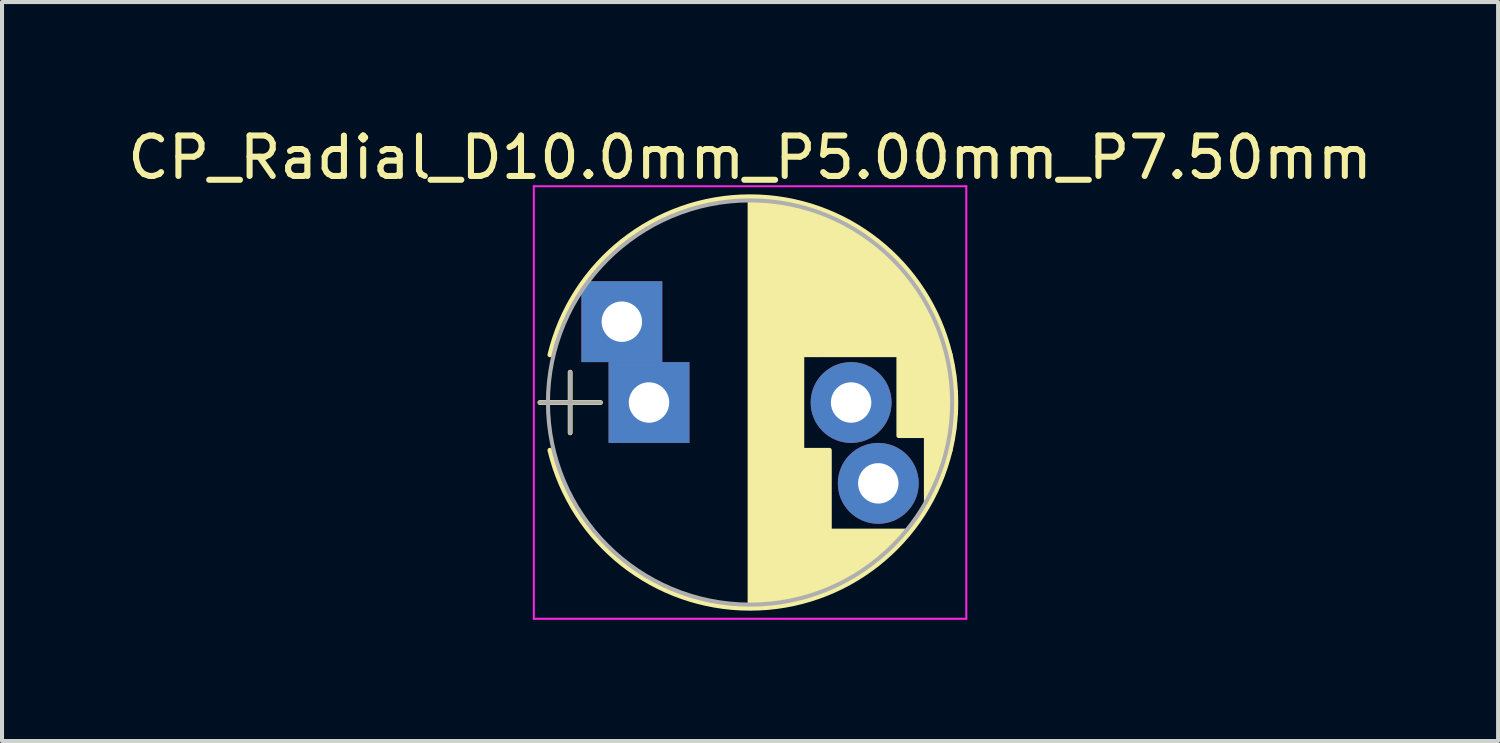
<source format=kicad_pcb>
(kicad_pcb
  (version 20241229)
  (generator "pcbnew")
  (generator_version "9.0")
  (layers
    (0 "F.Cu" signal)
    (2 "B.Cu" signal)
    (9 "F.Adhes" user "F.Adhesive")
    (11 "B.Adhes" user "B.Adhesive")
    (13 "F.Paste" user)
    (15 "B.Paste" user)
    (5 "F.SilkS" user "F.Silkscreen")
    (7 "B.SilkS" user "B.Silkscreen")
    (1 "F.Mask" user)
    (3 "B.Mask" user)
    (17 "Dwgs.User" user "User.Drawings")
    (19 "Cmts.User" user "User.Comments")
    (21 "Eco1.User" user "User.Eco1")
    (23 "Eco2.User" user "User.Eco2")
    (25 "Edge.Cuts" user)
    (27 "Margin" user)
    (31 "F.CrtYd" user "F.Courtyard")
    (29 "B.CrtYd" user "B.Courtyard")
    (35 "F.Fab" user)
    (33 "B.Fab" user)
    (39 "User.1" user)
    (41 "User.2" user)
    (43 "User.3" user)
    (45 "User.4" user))
  (footprint "CP_Radial_D10.0mm_P5.00mm_P7.50mm"
    (layer "F.Cu")
    (at 13.006 6.908)
    (property "Reference" "CP_Radial_D10.0mm_P5.00mm_P7.50mm" (at 2.5 -6.06 0) (layer "F.SilkS") (effects (font (size 1 1) (thickness 0.15))))
    (attr through_hole)
    (fp_line (start -2.7 0) (end -1.2 0) (stroke (width 0.12) (type solid)) (layer "F.SilkS"))
    (fp_line (start -1.95 -0.75) (end -1.95 0.75) (stroke (width 0.12) (type solid)) (layer "F.SilkS"))
    (fp_line (start 2.5 -5.05) (end 2.5 5.05) (stroke (width 0.12) (type solid)) (layer "F.SilkS"))
    (fp_line (start 2.54 -5.05) (end 2.54 5.05) (stroke (width 0.12) (type solid)) (layer "F.SilkS"))
    (fp_line (start 2.58 -5.05) (end 2.58 5.05) (stroke (width 0.12) (type solid)) (layer "F.SilkS"))
    (fp_line (start 2.62 -5.049) (end 2.62 5.049) (stroke (width 0.12) (type solid)) (layer "F.SilkS"))
    (fp_line (start 2.66 -5.048) (end 2.66 5.048) (stroke (width 0.12) (type solid)) (layer "F.SilkS"))
    (fp_line (start 2.7 -5.047) (end 2.7 5.047) (stroke (width 0.12) (type solid)) (layer "F.SilkS"))
    (fp_line (start 2.74 -5.045) (end 2.74 5.045) (stroke (width 0.12) (type solid)) (layer "F.SilkS"))
    (fp_line (start 2.78 -5.043) (end 2.78 5.043) (stroke (width 0.12) (type solid)) (layer "F.SilkS"))
    (fp_line (start 2.82 -5.04) (end 2.82 5.04) (stroke (width 0.12) (type solid)) (layer "F.SilkS"))
    (fp_line (start 2.86 -5.038) (end 2.86 5.038) (stroke (width 0.12) (type solid)) (layer "F.SilkS"))
    (fp_line (start 2.9 -5.035) (end 2.9 5.035) (stroke (width 0.12) (type solid)) (layer "F.SilkS"))
    (fp_line (start 2.94 -5.031) (end 2.94 5.031) (stroke (width 0.12) (type solid)) (layer "F.SilkS"))
    (fp_line (start 2.98 -5.028) (end 2.98 5.028) (stroke (width 0.12) (type solid)) (layer "F.SilkS"))
    (fp_line (start 3.02 -5.024) (end 3.02 5.024) (stroke (width 0.12) (type solid)) (layer "F.SilkS"))
    (fp_line (start 3.06 -5.02) (end 3.06 5.02) (stroke (width 0.12) (type solid)) (layer "F.SilkS"))
    (fp_line (start 3.1 -5.015) (end 3.1 5.015) (stroke (width 0.12) (type solid)) (layer "F.SilkS"))
    (fp_line (start 3.14 -5.01) (end 3.14 5.01) (stroke (width 0.12) (type solid)) (layer "F.SilkS"))
    (fp_line (start 3.18 -5.005) (end 3.18 5.005) (stroke (width 0.12) (type solid)) (layer "F.SilkS"))
    (fp_line (start 3.221 -4.999) (end 3.221 4.999) (stroke (width 0.12) (type solid)) (layer "F.SilkS"))
    (fp_line (start 3.261 -4.993) (end 3.261 4.993) (stroke (width 0.12) (type solid)) (layer "F.SilkS"))
    (fp_line (start 3.301 -4.987) (end 3.301 4.987) (stroke (width 0.12) (type solid)) (layer "F.SilkS"))
    (fp_line (start 3.341 -4.981) (end 3.341 4.981) (stroke (width 0.12) (type solid)) (layer "F.SilkS"))
    (fp_line (start 3.381 -4.974) (end 3.381 4.974) (stroke (width 0.12) (type solid)) (layer "F.SilkS"))
    (fp_line (start 3.421 -4.967) (end 3.421 4.967) (stroke (width 0.12) (type solid)) (layer "F.SilkS"))
    (fp_line (start 3.461 -4.959) (end 3.461 4.959) (stroke (width 0.12) (type solid)) (layer "F.SilkS"))
    (fp_line (start 3.501 -4.951) (end 3.501 4.951) (stroke (width 0.12) (type solid)) (layer "F.SilkS"))
    (fp_line (start 3.541 -4.943) (end 3.541 4.943) (stroke (width 0.12) (type solid)) (layer "F.SilkS"))
    (fp_line (start 3.581 -4.935) (end 3.581 4.935) (stroke (width 0.12) (type solid)) (layer "F.SilkS"))
    (fp_line (start 3.621 -4.926) (end 3.621 4.926) (stroke (width 0.12) (type solid)) (layer "F.SilkS"))
    (fp_line (start 3.661 -4.917) (end 3.661 4.917) (stroke (width 0.12) (type solid)) (layer "F.SilkS"))
    (fp_line (start 3.701 -4.907) (end 3.701 4.907) (stroke (width 0.12) (type solid)) (layer "F.SilkS"))
    (fp_line (start 3.741 -4.897) (end 3.741 4.897) (stroke (width 0.12) (type solid)) (layer "F.SilkS"))
    (fp_line (start 3.781 -4.887) (end 3.781 4.887) (stroke (width 0.12) (type solid)) (layer "F.SilkS"))
    (fp_line (start 3.821 -4.876) (end 3.821 -1.181) (stroke (width 0.12) (type solid)) (layer "F.SilkS"))
    (fp_line (start 3.821 1.181) (end 3.821 4.876) (stroke (width 0.12) (type solid)) (layer "F.SilkS"))
    (fp_line (start 3.861 -4.865) (end 3.861 -1.181) (stroke (width 0.12) (type solid)) (layer "F.SilkS"))
    (fp_line (start 3.861 1.181) (end 3.861 4.865) (stroke (width 0.12) (type solid)) (layer "F.SilkS"))
    (fp_line (start 3.901 -4.854) (end 3.901 -1.181) (stroke (width 0.12) (type solid)) (layer "F.SilkS"))
    (fp_line (start 3.901 1.181) (end 3.901 4.854) (stroke (width 0.12) (type solid)) (layer "F.SilkS"))
    (fp_line (start 3.941 -4.843) (end 3.941 -1.181) (stroke (width 0.12) (type solid)) (layer "F.SilkS"))
    (fp_line (start 3.941 1.181) (end 3.941 4.843) (stroke (width 0.12) (type solid)) (layer "F.SilkS"))
    (fp_line (start 3.981 -4.831) (end 3.981 -1.181) (stroke (width 0.12) (type solid)) (layer "F.SilkS"))
    (fp_line (start 3.981 1.181) (end 3.981 4.831) (stroke (width 0.12) (type solid)) (layer "F.SilkS"))
    (fp_line (start 4.021 -4.818) (end 4.021 -1.181) (stroke (width 0.12) (type solid)) (layer "F.SilkS"))
    (fp_line (start 4.021 1.181) (end 4.021 4.818) (stroke (width 0.12) (type solid)) (layer "F.SilkS"))
    (fp_line (start 4.061 -4.806) (end 4.061 -1.181) (stroke (width 0.12) (type solid)) (layer "F.SilkS"))
    (fp_line (start 4.061 1.181) (end 4.061 4.806) (stroke (width 0.12) (type solid)) (layer "F.SilkS"))
    (fp_line (start 4.101 -4.792) (end 4.101 -1.181) (stroke (width 0.12) (type solid)) (layer "F.SilkS"))
    (fp_line (start 4.101 1.181) (end 4.101 4.792) (stroke (width 0.12) (type solid)) (layer "F.SilkS"))
    (fp_line (start 4.141 -4.779) (end 4.141 -1.181) (stroke (width 0.12) (type solid)) (layer "F.SilkS"))
    (fp_line (start 4.141 1.181) (end 4.141 4.779) (stroke (width 0.12) (type solid)) (layer "F.SilkS"))
    (fp_line (start 4.181 -4.765) (end 4.181 -1.181) (stroke (width 0.12) (type solid)) (layer "F.SilkS"))
    (fp_line (start 4.181 1.181) (end 4.181 4.765) (stroke (width 0.12) (type solid)) (layer "F.SilkS"))
    (fp_line (start 4.221 -4.751) (end 4.221 -1.181) (stroke (width 0.12) (type solid)) (layer "F.SilkS"))
    (fp_line (start 4.221 1.181) (end 4.221 4.751) (stroke (width 0.12) (type solid)) (layer "F.SilkS"))
    (fp_line (start 4.261 -4.737) (end 4.261 -1.181) (stroke (width 0.12) (type solid)) (layer "F.SilkS"))
    (fp_line (start 4.261 1.181) (end 4.261 4.737) (stroke (width 0.12) (type solid)) (layer "F.SilkS"))
    (fp_line (start 4.301 -4.722) (end 4.301 -1.181) (stroke (width 0.12) (type solid)) (layer "F.SilkS"))
    (fp_line (start 4.301 1.181) (end 4.301 4.722) (stroke (width 0.12) (type solid)) (layer "F.SilkS"))
    (fp_line (start 4.341 -4.706) (end 4.341 -1.181) (stroke (width 0.12) (type solid)) (layer "F.SilkS"))
    (fp_line (start 4.341 1.181) (end 4.341 4.706) (stroke (width 0.12) (type solid)) (layer "F.SilkS"))
    (fp_line (start 4.381 -4.691) (end 4.381 -1.181) (stroke (width 0.12) (type solid)) (layer "F.SilkS"))
    (fp_line (start 4.381 1.181) (end 4.381 4.691) (stroke (width 0.12) (type solid)) (layer "F.SilkS"))
    (fp_line (start 4.421 -4.674) (end 4.421 -1.181) (stroke (width 0.12) (type solid)) (layer "F.SilkS"))
    (fp_line (start 4.421 1.181) (end 4.421 4.674) (stroke (width 0.12) (type solid)) (layer "F.SilkS"))
    (fp_line (start 4.461 -4.658) (end 4.461 -1.181) (stroke (width 0.12) (type solid)) (layer "F.SilkS"))
    (fp_line (start 4.461 1.181) (end 4.461 4.658) (stroke (width 0.12) (type solid)) (layer "F.SilkS"))
    (fp_line (start 4.501 -4.641) (end 4.501 -1.181) (stroke (width 0.12) (type solid)) (layer "F.SilkS"))
    (fp_line (start 4.501 3.18) (end 4.501 4.641) (stroke (width 0.12) (type solid)) (layer "F.SilkS"))
    (fp_line (start 4.541 -4.624) (end 4.541 -1.181) (stroke (width 0.12) (type solid)) (layer "F.SilkS"))
    (fp_line (start 4.541 3.18) (end 4.541 4.624) (stroke (width 0.12) (type solid)) (layer "F.SilkS"))
    (fp_line (start 4.581 -4.606) (end 4.581 -1.181) (stroke (width 0.12) (type solid)) (layer "F.SilkS"))
    (fp_line (start 4.581 3.18) (end 4.581 4.606) (stroke (width 0.12) (type solid)) (layer "F.SilkS"))
    (fp_line (start 4.621 -4.588) (end 4.621 -1.181) (stroke (width 0.12) (type solid)) (layer "F.SilkS"))
    (fp_line (start 4.621 3.18) (end 4.621 4.588) (stroke (width 0.12) (type solid)) (layer "F.SilkS"))
    (fp_line (start 4.661 -4.569) (end 4.661 -1.181) (stroke (width 0.12) (type solid)) (layer "F.SilkS"))
    (fp_line (start 4.661 3.18) (end 4.661 4.569) (stroke (width 0.12) (type solid)) (layer "F.SilkS"))
    (fp_line (start 4.701 -4.55) (end 4.701 -1.181) (stroke (width 0.12) (type solid)) (layer "F.SilkS"))
    (fp_line (start 4.701 3.18) (end 4.701 4.55) (stroke (width 0.12) (type solid)) (layer "F.SilkS"))
    (fp_line (start 4.741 -4.531) (end 4.741 -1.181) (stroke (width 0.12) (type solid)) (layer "F.SilkS"))
    (fp_line (start 4.741 3.18) (end 4.741 4.531) (stroke (width 0.12) (type solid)) (layer "F.SilkS"))
    (fp_line (start 4.781 -4.511) (end 4.781 -1.181) (stroke (width 0.12) (type solid)) (layer "F.SilkS"))
    (fp_line (start 4.781 3.18) (end 4.781 4.511) (stroke (width 0.12) (type solid)) (layer "F.SilkS"))
    (fp_line (start 4.821 -4.491) (end 4.821 -1.181) (stroke (width 0.12) (type solid)) (layer "F.SilkS"))
    (fp_line (start 4.821 3.18) (end 4.821 4.491) (stroke (width 0.12) (type solid)) (layer "F.SilkS"))
    (fp_line (start 4.861 -4.47) (end 4.861 -1.181) (stroke (width 0.12) (type solid)) (layer "F.SilkS"))
    (fp_line (start 4.861 3.18) (end 4.861 4.47) (stroke (width 0.12) (type solid)) (layer "F.SilkS"))
    (fp_line (start 4.901 -4.449) (end 4.901 -1.181) (stroke (width 0.12) (type solid)) (layer "F.SilkS"))
    (fp_line (start 4.901 3.18) (end 4.901 4.449) (stroke (width 0.12) (type solid)) (layer "F.SilkS"))
    (fp_line (start 4.941 -4.428) (end 4.941 -1.181) (stroke (width 0.12) (type solid)) (layer "F.SilkS"))
    (fp_line (start 4.941 3.18) (end 4.941 4.428) (stroke (width 0.12) (type solid)) (layer "F.SilkS"))
    (fp_line (start 4.981 -4.405) (end 4.981 -1.181) (stroke (width 0.12) (type solid)) (layer "F.SilkS"))
    (fp_line (start 4.981 3.18) (end 4.981 4.405) (stroke (width 0.12) (type solid)) (layer "F.SilkS"))
    (fp_line (start 5.021 -4.383) (end 5.021 -1.181) (stroke (width 0.12) (type solid)) (layer "F.SilkS"))
    (fp_line (start 5.021 3.18) (end 5.021 4.383) (stroke (width 0.12) (type solid)) (layer "F.SilkS"))
    (fp_line (start 5.061 -4.36) (end 5.061 -1.181) (stroke (width 0.12) (type solid)) (layer "F.SilkS"))
    (fp_line (start 5.061 3.18) (end 5.061 4.36) (stroke (width 0.12) (type solid)) (layer "F.SilkS"))
    (fp_line (start 5.101 -4.336) (end 5.101 -1.181) (stroke (width 0.12) (type solid)) (layer "F.SilkS"))
    (fp_line (start 5.101 3.18) (end 5.101 4.336) (stroke (width 0.12) (type solid)) (layer "F.SilkS"))
    (fp_line (start 5.141 -4.312) (end 5.141 -1.181) (stroke (width 0.12) (type solid)) (layer "F.SilkS"))
    (fp_line (start 5.141 3.18) (end 5.141 4.312) (stroke (width 0.12) (type solid)) (layer "F.SilkS"))
    (fp_line (start 5.181 -4.288) (end 5.181 -1.181) (stroke (width 0.12) (type solid)) (layer "F.SilkS"))
    (fp_line (start 5.181 3.18) (end 5.181 4.288) (stroke (width 0.12) (type solid)) (layer "F.SilkS"))
    (fp_line (start 5.221 -4.263) (end 5.221 -1.181) (stroke (width 0.12) (type solid)) (layer "F.SilkS"))
    (fp_line (start 5.221 3.18) (end 5.221 4.263) (stroke (width 0.12) (type solid)) (layer "F.SilkS"))
    (fp_line (start 5.261 -4.237) (end 5.261 -1.181) (stroke (width 0.12) (type solid)) (layer "F.SilkS"))
    (fp_line (start 5.261 3.18) (end 5.261 4.237) (stroke (width 0.12) (type solid)) (layer "F.SilkS"))
    (fp_line (start 5.301 -4.211) (end 5.301 -1.181) (stroke (width 0.12) (type solid)) (layer "F.SilkS"))
    (fp_line (start 5.301 3.18) (end 5.301 4.211) (stroke (width 0.12) (type solid)) (layer "F.SilkS"))
    (fp_line (start 5.341 -4.185) (end 5.341 -1.181) (stroke (width 0.12) (type solid)) (layer "F.SilkS"))
    (fp_line (start 5.341 3.18) (end 5.341 4.185) (stroke (width 0.12) (type solid)) (layer "F.SilkS"))
    (fp_line (start 5.381 -4.157) (end 5.381 -1.181) (stroke (width 0.12) (type solid)) (layer "F.SilkS"))
    (fp_line (start 5.381 3.18) (end 5.381 4.157) (stroke (width 0.12) (type solid)) (layer "F.SilkS"))
    (fp_line (start 5.421 -4.13) (end 5.421 -1.181) (stroke (width 0.12) (type solid)) (layer "F.SilkS"))
    (fp_line (start 5.421 3.18) (end 5.421 4.13) (stroke (width 0.12) (type solid)) (layer "F.SilkS"))
    (fp_line (start 5.461 -4.101) (end 5.461 -1.181) (stroke (width 0.12) (type solid)) (layer "F.SilkS"))
    (fp_line (start 5.461 3.18) (end 5.461 4.101) (stroke (width 0.12) (type solid)) (layer "F.SilkS"))
    (fp_line (start 5.501 -4.072) (end 5.501 -1.181) (stroke (width 0.12) (type solid)) (layer "F.SilkS"))
    (fp_line (start 5.501 3.18) (end 5.501 4.072) (stroke (width 0.12) (type solid)) (layer "F.SilkS"))
    (fp_line (start 5.541 -4.043) (end 5.541 -1.181) (stroke (width 0.12) (type solid)) (layer "F.SilkS"))
    (fp_line (start 5.541 3.18) (end 5.541 4.043) (stroke (width 0.12) (type solid)) (layer "F.SilkS"))
    (fp_line (start 5.581 -4.013) (end 5.581 -1.181) (stroke (width 0.12) (type solid)) (layer "F.SilkS"))
    (fp_line (start 5.581 3.18) (end 5.581 4.013) (stroke (width 0.12) (type solid)) (layer "F.SilkS"))
    (fp_line (start 5.621 -3.982) (end 5.621 -1.181) (stroke (width 0.12) (type solid)) (layer "F.SilkS"))
    (fp_line (start 5.621 3.18) (end 5.621 3.982) (stroke (width 0.12) (type solid)) (layer "F.SilkS"))
    (fp_line (start 5.661 -3.951) (end 5.661 -1.181) (stroke (width 0.12) (type solid)) (layer "F.SilkS"))
    (fp_line (start 5.661 3.18) (end 5.661 3.951) (stroke (width 0.12) (type solid)) (layer "F.SilkS"))
    (fp_line (start 5.701 -3.919) (end 5.701 -1.181) (stroke (width 0.12) (type solid)) (layer "F.SilkS"))
    (fp_line (start 5.701 3.18) (end 5.701 3.919) (stroke (width 0.12) (type solid)) (layer "F.SilkS"))
    (fp_line (start 5.741 -3.886) (end 5.741 -1.181) (stroke (width 0.12) (type solid)) (layer "F.SilkS"))
    (fp_line (start 5.741 3.18) (end 5.741 3.886) (stroke (width 0.12) (type solid)) (layer "F.SilkS"))
    (fp_line (start 5.781 -3.853) (end 5.781 -1.181) (stroke (width 0.12) (type solid)) (layer "F.SilkS"))
    (fp_line (start 5.781 3.18) (end 5.781 3.853) (stroke (width 0.12) (type solid)) (layer "F.SilkS"))
    (fp_line (start 5.821 -3.819) (end 5.821 -1.181) (stroke (width 0.12) (type solid)) (layer "F.SilkS"))
    (fp_line (start 5.821 3.18) (end 5.821 3.819) (stroke (width 0.12) (type solid)) (layer "F.SilkS"))
    (fp_line (start 5.861 -3.784) (end 5.861 -1.181) (stroke (width 0.12) (type solid)) (layer "F.SilkS"))
    (fp_line (start 5.861 3.18) (end 5.861 3.784) (stroke (width 0.12) (type solid)) (layer "F.SilkS"))
    (fp_line (start 5.901 -3.748) (end 5.901 -1.181) (stroke (width 0.12) (type solid)) (layer "F.SilkS"))
    (fp_line (start 5.901 3.18) (end 5.901 3.748) (stroke (width 0.12) (type solid)) (layer "F.SilkS"))
    (fp_line (start 5.941 -3.712) (end 5.941 -1.181) (stroke (width 0.12) (type solid)) (layer "F.SilkS"))
    (fp_line (start 5.941 3.18) (end 5.941 3.712) (stroke (width 0.12) (type solid)) (layer "F.SilkS"))
    (fp_line (start 5.981 -3.675) (end 5.981 -1.181) (stroke (width 0.12) (type solid)) (layer "F.SilkS"))
    (fp_line (start 5.981 3.18) (end 5.981 3.675) (stroke (width 0.12) (type solid)) (layer "F.SilkS"))
    (fp_line (start 6.021 -3.637) (end 6.021 -1.181) (stroke (width 0.12) (type solid)) (layer "F.SilkS"))
    (fp_line (start 6.021 3.18) (end 6.021 3.637) (stroke (width 0.12) (type solid)) (layer "F.SilkS"))
    (fp_line (start 6.061 -3.598) (end 6.061 -1.181) (stroke (width 0.12) (type solid)) (layer "F.SilkS"))
    (fp_line (start 6.061 3.18) (end 6.061 3.598) (stroke (width 0.12) (type solid)) (layer "F.SilkS"))
    (fp_line (start 6.101 -3.559) (end 6.101 -1.181) (stroke (width 0.12) (type solid)) (layer "F.SilkS"))
    (fp_line (start 6.101 3.18) (end 6.101 3.559) (stroke (width 0.12) (type solid)) (layer "F.SilkS"))
    (fp_line (start 6.141 -3.518) (end 6.141 -1.181) (stroke (width 0.12) (type solid)) (layer "F.SilkS"))
    (fp_line (start 6.141 3.18) (end 6.141 3.518) (stroke (width 0.12) (type solid)) (layer "F.SilkS"))
    (fp_line (start 6.181 -3.477) (end 6.181 0.82) (stroke (width 0.12) (type solid)) (layer "F.SilkS"))
    (fp_line (start 6.181 3.18) (end 6.181 3.477) (stroke (width 0.12) (type solid)) (layer "F.SilkS"))
    (fp_line (start 6.221 -3.435) (end 6.221 0.82) (stroke (width 0.12) (type solid)) (layer "F.SilkS"))
    (fp_line (start 6.221 3.18) (end 6.221 3.435) (stroke (width 0.12) (type solid)) (layer "F.SilkS"))
    (fp_line (start 6.261 -3.391) (end 6.261 0.82) (stroke (width 0.12) (type solid)) (layer "F.SilkS"))
    (fp_line (start 6.261 3.18) (end 6.261 3.391) (stroke (width 0.12) (type solid)) (layer "F.SilkS"))
    (fp_line (start 6.301 -3.347) (end 6.301 0.82) (stroke (width 0.12) (type solid)) (layer "F.SilkS"))
    (fp_line (start 6.301 3.18) (end 6.301 3.347) (stroke (width 0.12) (type solid)) (layer "F.SilkS"))
    (fp_line (start 6.341 -3.302) (end 6.341 0.82) (stroke (width 0.12) (type solid)) (layer "F.SilkS"))
    (fp_line (start 6.341 3.18) (end 6.341 3.302) (stroke (width 0.12) (type solid)) (layer "F.SilkS"))
    (fp_line (start 6.381 -3.255) (end 6.381 0.82) (stroke (width 0.12) (type solid)) (layer "F.SilkS"))
    (fp_line (start 6.381 3.18) (end 6.381 3.255) (stroke (width 0.12) (type solid)) (layer "F.SilkS"))
    (fp_line (start 6.421 -3.207) (end 6.421 0.82) (stroke (width 0.12) (type solid)) (layer "F.SilkS"))
    (fp_line (start 6.421 3.18) (end 6.421 3.207) (stroke (width 0.12) (type solid)) (layer "F.SilkS"))
    (fp_line (start 6.461 -3.158) (end 6.461 0.82) (stroke (width 0.12) (type solid)) (layer "F.SilkS"))
    (fp_line (start 6.501 -3.108) (end 6.501 0.82) (stroke (width 0.12) (type solid)) (layer "F.SilkS"))
    (fp_line (start 6.541 -3.057) (end 6.541 0.82) (stroke (width 0.12) (type solid)) (layer "F.SilkS"))
    (fp_line (start 6.581 -3.004) (end 6.581 0.82) (stroke (width 0.12) (type solid)) (layer "F.SilkS"))
    (fp_line (start 6.621 -2.949) (end 6.621 0.82) (stroke (width 0.12) (type solid)) (layer "F.SilkS"))
    (fp_line (start 6.661 -2.894) (end 6.661 0.82) (stroke (width 0.12) (type solid)) (layer "F.SilkS"))
    (fp_line (start 6.701 -2.836) (end 6.701 0.82) (stroke (width 0.12) (type solid)) (layer "F.SilkS"))
    (fp_line (start 6.741 -2.777) (end 6.741 0.82) (stroke (width 0.12) (type solid)) (layer "F.SilkS"))
    (fp_line (start 6.781 -2.715) (end 6.781 0.82) (stroke (width 0.12) (type solid)) (layer "F.SilkS"))
    (fp_line (start 6.821 -2.652) (end 6.821 0.82) (stroke (width 0.12) (type solid)) (layer "F.SilkS"))
    (fp_line (start 6.861 -2.587) (end 6.861 2.587) (stroke (width 0.12) (type solid)) (layer "F.SilkS"))
    (fp_line (start 6.901 -2.519) (end 6.901 2.519) (stroke (width 0.12) (type solid)) (layer "F.SilkS"))
    (fp_line (start 6.941 -2.449) (end 6.941 2.449) (stroke (width 0.12) (type solid)) (layer "F.SilkS"))
    (fp_line (start 6.981 -2.377) (end 6.981 2.377) (stroke (width 0.12) (type solid)) (layer "F.SilkS"))
    (fp_line (start 7.021 -2.301) (end 7.021 2.301) (stroke (width 0.12) (type solid)) (layer "F.SilkS"))
    (fp_line (start 7.061 -2.222) (end 7.061 2.222) (stroke (width 0.12) (type solid)) (layer "F.SilkS"))
    (fp_line (start 7.101 -2.14) (end 7.101 2.14) (stroke (width 0.12) (type solid)) (layer "F.SilkS"))
    (fp_line (start 7.141 -2.053) (end 7.141 2.053) (stroke (width 0.12) (type solid)) (layer "F.SilkS"))
    (fp_line (start 7.181 -1.962) (end 7.181 1.962) (stroke (width 0.12) (type solid)) (layer "F.SilkS"))
    (fp_line (start 7.221 -1.866) (end 7.221 1.866) (stroke (width 0.12) (type solid)) (layer "F.SilkS"))
    (fp_line (start 7.261 -1.763) (end 7.261 1.763) (stroke (width 0.12) (type solid)) (layer "F.SilkS"))
    (fp_line (start 7.301 -1.654) (end 7.301 1.654) (stroke (width 0.12) (type solid)) (layer "F.SilkS"))
    (fp_line (start 7.341 -1.536) (end 7.341 1.536) (stroke (width 0.12) (type solid)) (layer "F.SilkS"))
    (fp_line (start 7.381 -1.407) (end 7.381 1.407) (stroke (width 0.12) (type solid)) (layer "F.SilkS"))
    (fp_line (start 7.421 -1.265) (end 7.421 1.265) (stroke (width 0.12) (type solid)) (layer "F.SilkS"))
    (fp_line (start 7.461 -1.104) (end 7.461 1.104) (stroke (width 0.12) (type solid)) (layer "F.SilkS"))
    (fp_line (start 7.501 -0.913) (end 7.501 0.913) (stroke (width 0.12) (type solid)) (layer "F.SilkS"))
    (fp_line (start 7.541 -0.672) (end 7.541 0.672) (stroke (width 0.12) (type solid)) (layer "F.SilkS"))
    (fp_line (start 7.581 -0.279) (end 7.581 0.279) (stroke (width 0.12) (type solid)) (layer "F.SilkS"))
    (fp_arc (start -2.451333 -1.18) (mid 2.500414 -5.09) (end 7.451525 -1.179194) (stroke (width 0.12) (type solid)) (layer "F.SilkS"))
    (fp_arc (start 7.451333 -1.18) (mid 7.59 -0.000414) (end 7.451525 1.179194) (stroke (width 0.12) (type solid)) (layer "F.SilkS"))
    (fp_arc (start 7.451525 1.179194) (mid 2.500414 5.09) (end -2.451333 1.18) (stroke (width 0.12) (type solid)) (layer "F.SilkS"))
    (fp_line (start -2.85 -5.35) (end -2.85 5.35) (stroke (width 0.05) (type solid)) (layer "F.CrtYd"))
    (fp_line (start -2.85 5.35) (end 7.85 5.35) (stroke (width 0.05) (type solid)) (layer "F.CrtYd"))
    (fp_line (start 7.85 -5.35) (end -2.85 -5.35) (stroke (width 0.05) (type solid)) (layer "F.CrtYd"))
    (fp_line (start 7.85 5.35) (end 7.85 -5.35) (stroke (width 0.05) (type solid)) (layer "F.CrtYd"))
    (fp_line (start -2.7 0) (end -1.2 0) (stroke (width 0.1) (type solid)) (layer "F.Fab"))
    (fp_line (start -1.95 -0.75) (end -1.95 0.75) (stroke (width 0.1) (type solid)) (layer "F.Fab"))
    (fp_circle (center 2.5 0) (end 7.5 0) (stroke (width 0.1) (type solid)) (fill no) (layer "F.Fab"))
    (pad "1" thru_hole rect (at -0.672 -2) (size 2 2) (drill 1) (layers "*.Cu" "*.Mask"))
    (pad "1" thru_hole rect (at 0 0) (size 2 2) (drill 1) (layers "*.Cu" "*.Mask"))
    (pad "2" thru_hole circle (at 5 0) (size 2 2) (drill 1) (layers "*.Cu" "*.Mask"))
    (pad "2" thru_hole circle (at 5.672 2) (size 2 2) (drill 1) (layers "*.Cu" "*.Mask")))
  (gr_rect
    (start -3 -3)
    (end 34.012 15.283)
    (stroke (width 0.1) (type default))
    (fill no)
    (layer "Edge.Cuts")))
</source>
